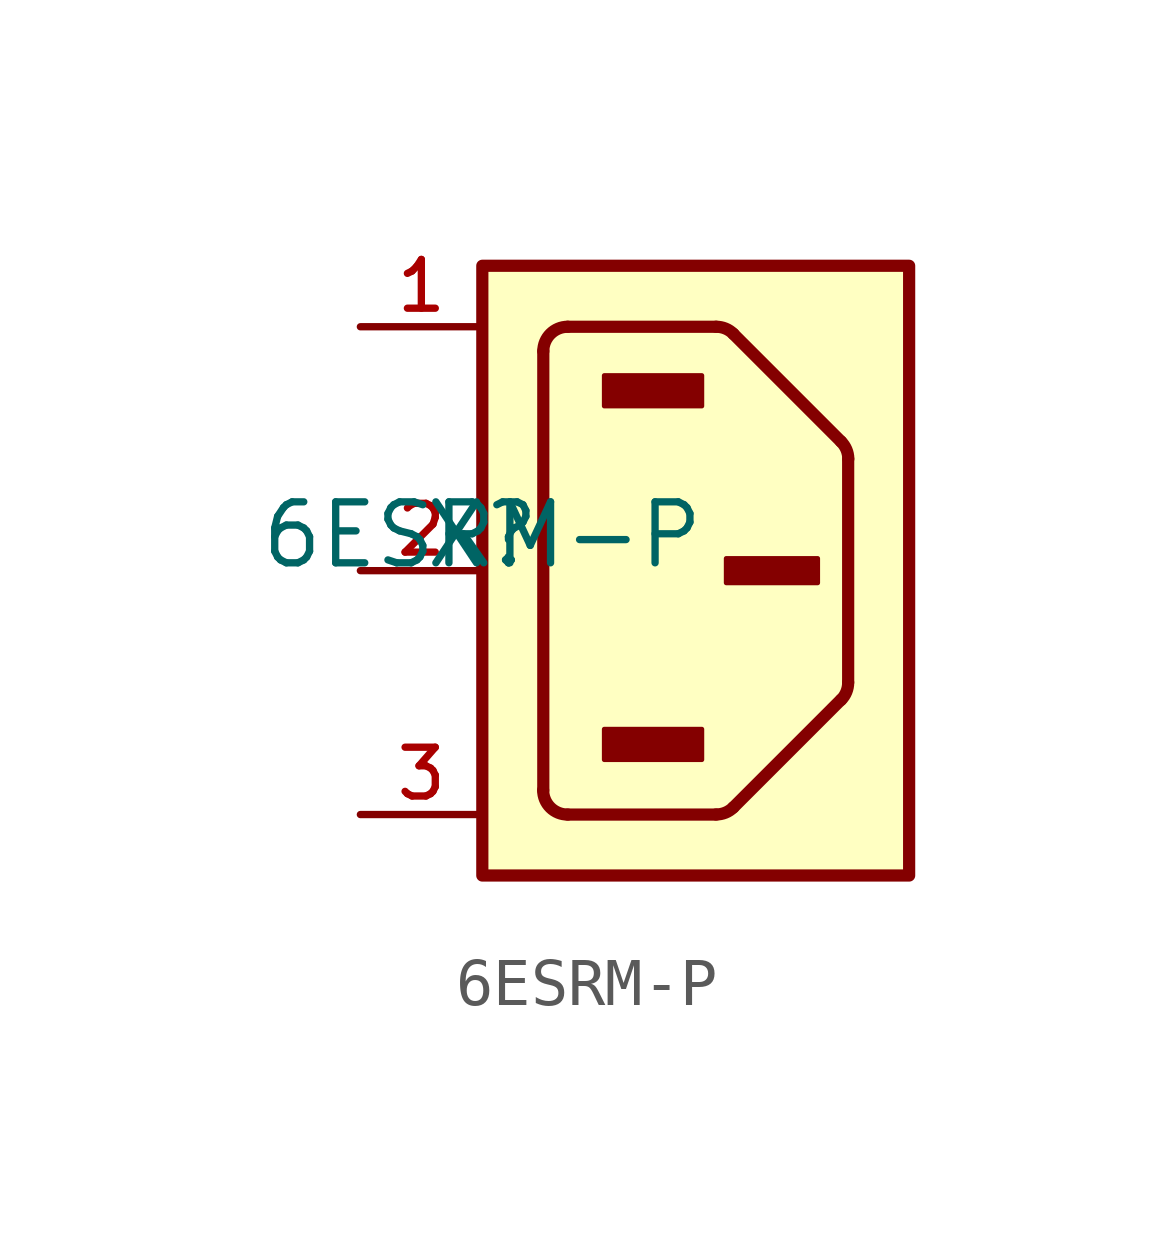
<source format=kicad_sym>
(kicad_symbol_lib
  (version 20211014)
  (generator kicad_symbol_editor)
  (symbol "6ESRM-P"
    (pin_names
      (offset 1.016))
    (property "Reference" "X"
      (at 0 0 0)
      (effects (font (size 1.27 1.27)) (justify bottom)))
    (property "Value" "6ESRM-P"
      (at 0 0.0 0)
      (effects (font (size 1.27 1.27)) (justify bottom)))
    (symbol "6ESRM-P_0_0"
      (arc (start 5.2288 -4.9312) (mid 5.064 -5.0413) (end 4.8696 -5.08) (stroke (width 0.254) (type default) (color 0 0 0 0)) (fill (type none)))
      (polyline (pts (xy 5.229 -4.931) (xy 7.471 -2.689)) (stroke (width 0.254)))
      (arc (start 7.62 -2.3296) (mid 7.5813 -2.524) (end 7.4712 -2.6888) (stroke (width 0.254) (type default) (color 0 0 0 0)) (fill (type none)))
      (polyline (pts (xy 7.62 -2.33) (xy 7.62 2.33)) (stroke (width 0.254)))
      (arc (start 7.4712 2.6888) (mid 7.5813 2.524) (end 7.62 2.3296) (stroke (width 0.254) (type default) (color 0 0 0 0)) (fill (type none)))
      (polyline (pts (xy 7.471 2.689) (xy 5.229 4.931)) (stroke (width 0.254)))
      (arc (start 4.8696 5.08) (mid 5.064 5.0413) (end 5.2288 4.9312) (stroke (width 0.254) (type default) (color 0 0 0 0)) (fill (type none)))
      (polyline (pts (xy 4.87 5.08) (xy 1.778 5.08)) (stroke (width 0.254)))
      (arc (start 1.27 4.572) (mid 1.4188 4.9312) (end 1.778 5.08) (stroke (width 0.254) (type default) (color 0 0 0 0)) (fill (type none)))
      (polyline (pts (xy 1.27 4.572) (xy 1.27 -4.572)) (stroke (width 0.254)))
      (arc (start 1.778 -5.08) (mid 1.4188 -4.9312) (end 1.27 -4.572) (stroke (width 0.254) (type default) (color 0 0 0 0)) (fill (type none)))
      (polyline (pts (xy 1.778 -5.08) (xy 4.87 -5.08)) (stroke (width 0.254)))
      (rectangle (start 2.54 3.429) (end 4.572 4.064) (stroke (width 0.1)) (fill (type outline)))
      (rectangle (start 5.08 -0.254) (end 6.985 0.254) (stroke (width 0.1)) (fill (type outline)))
      (rectangle (start 2.54 -3.937) (end 4.572 -3.302) (stroke (width 0.1)) (fill (type outline)))
      (rectangle (start 8.881784197e-16 -6.35) (end 8.89 6.35) (stroke (width 0.254)) (fill (type background)))
      (pin passive line (at -2.54 5.08 0) (length 2.54) (name "~" (effects (font (size 1.016 1.016)))) (number "1" (effects (font (size 1.016 1.016)))))
      (pin passive line (at -2.54 -5.08 0) (length 2.54) (name "~" (effects (font (size 1.016 1.016)))) (number "3" (effects (font (size 1.016 1.016)))))
      (pin passive line (at -2.54 0.0 0) (length 2.54) (name "~" (effects (font (size 1.016 1.016)))) (number "2" (effects (font (size 1.016 1.016))))))))
</source>
